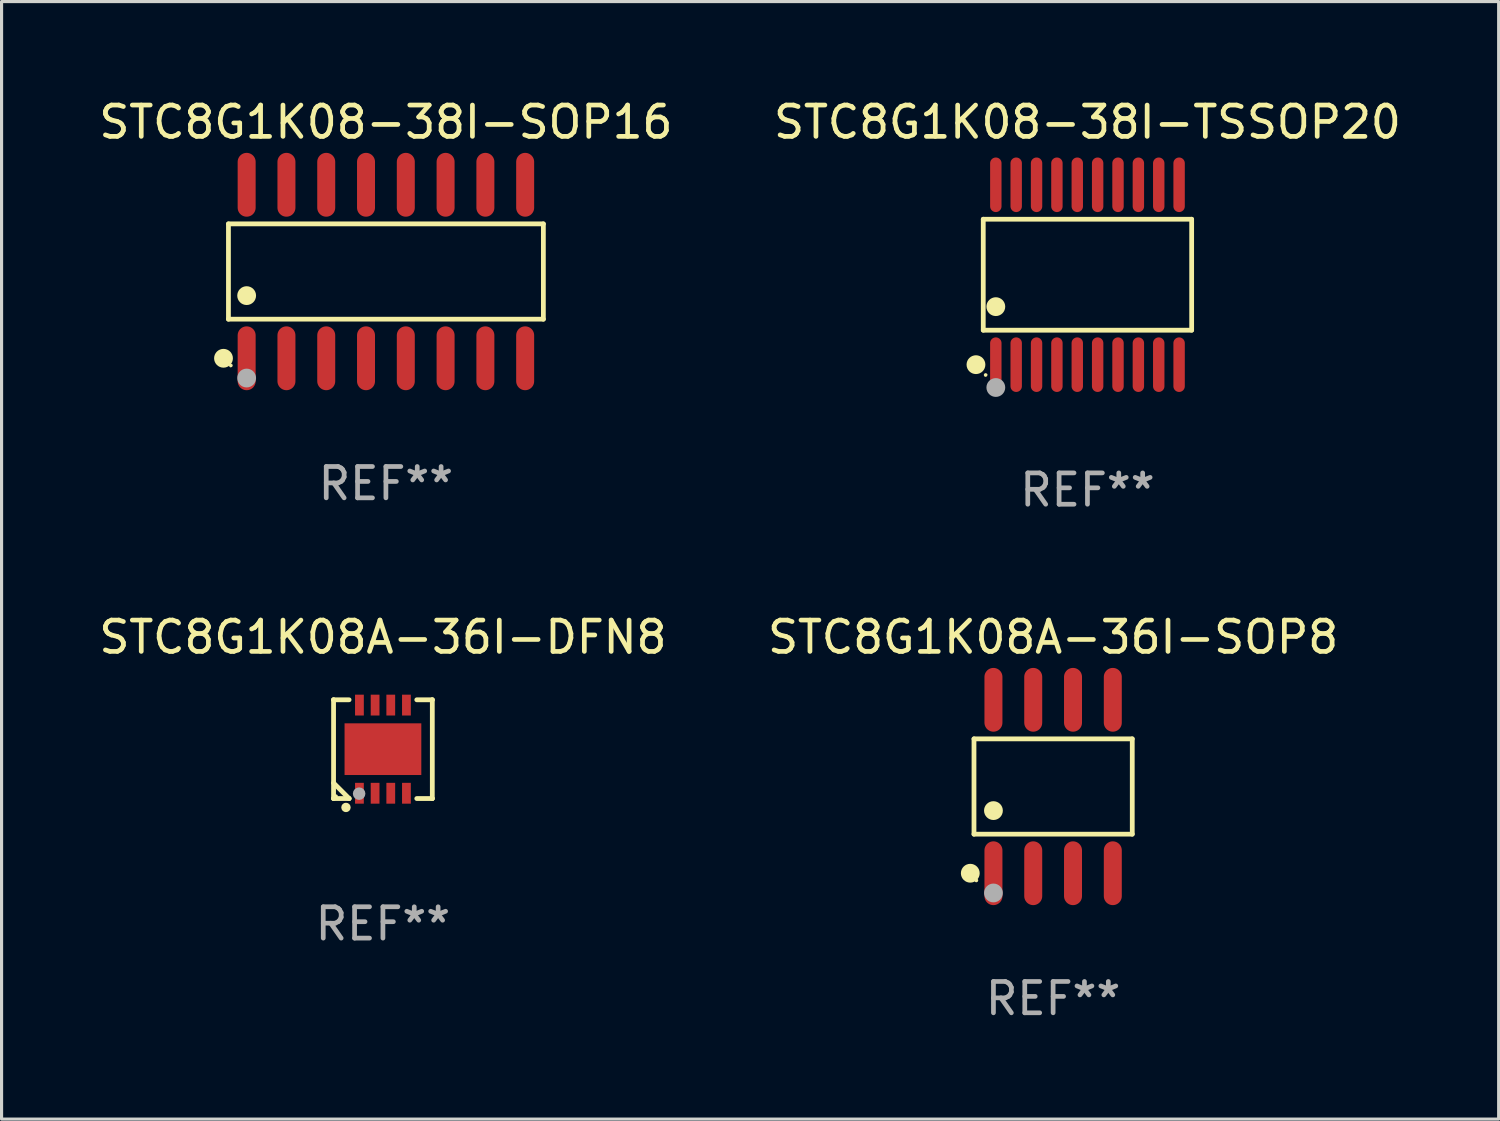
<source format=kicad_pcb>
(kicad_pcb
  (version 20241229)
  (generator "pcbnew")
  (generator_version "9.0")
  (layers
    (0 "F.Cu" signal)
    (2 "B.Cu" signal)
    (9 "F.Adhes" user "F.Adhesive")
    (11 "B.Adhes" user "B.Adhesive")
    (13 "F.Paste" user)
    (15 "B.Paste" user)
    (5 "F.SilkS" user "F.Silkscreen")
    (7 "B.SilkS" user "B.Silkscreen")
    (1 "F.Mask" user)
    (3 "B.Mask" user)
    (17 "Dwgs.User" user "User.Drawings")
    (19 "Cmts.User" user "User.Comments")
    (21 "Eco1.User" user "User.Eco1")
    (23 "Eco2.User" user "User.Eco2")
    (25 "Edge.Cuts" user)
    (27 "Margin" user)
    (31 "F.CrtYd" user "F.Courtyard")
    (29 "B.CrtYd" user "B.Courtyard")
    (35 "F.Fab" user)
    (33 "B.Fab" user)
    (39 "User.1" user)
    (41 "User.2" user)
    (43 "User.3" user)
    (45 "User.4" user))
  (footprint "STC8G1K08-38I-TSSOP20"
    (layer "F.Cu")
    (at 31.661 5.719)
    (property "Reference" "STC8G1K08-38I-TSSOP20" (at 0 -4.871 0) (layer "F.SilkS") (effects (font (size 1 1) (thickness 0.15))))
    (attr through_hole)
    (fp_line (start -3.326 -1.771) (end 3.326 -1.771) (stroke (width 0.152) (type solid)) (layer "F.SilkS"))
    (fp_line (start -3.326 1.771) (end -3.326 -1.771) (stroke (width 0.152) (type solid)) (layer "F.SilkS"))
    (fp_line (start 3.326 -1.771) (end 3.326 1.771) (stroke (width 0.152) (type solid)) (layer "F.SilkS"))
    (fp_line (start 3.326 1.771) (end -3.326 1.771) (stroke (width 0.152) (type solid)) (layer "F.SilkS"))
    (fp_circle (center -3.559 2.871) (end -3.409 2.871) (stroke (width 0.3) (type solid)) (fill no) (layer "F.SilkS"))
    (fp_circle (center -3.25 3.2) (end -3.22 3.2) (stroke (width 0.06) (type solid)) (fill no) (layer "F.SilkS"))
    (fp_circle (center -2.925 1.019) (end -2.775 1.019) (stroke (width 0.3) (type solid)) (fill no) (layer "F.SilkS"))
    (fp_circle (center -2.925 3.6) (end -2.775 3.6) (stroke (width 0.3) (type solid)) (fill no) (layer "F.Fab"))
    (fp_text user "REF**" (at 0 6.871 0) (layer "F.Fab") (effects (font (size 1 1) (thickness 0.15))))
    (pad "1" smd oval (at -2.925 2.871) (size 0.364 1.742) (layers "F.Cu" "F.Mask" "F.Paste"))
    (pad "2" smd oval (at -2.275 2.871) (size 0.364 1.742) (layers "F.Cu" "F.Mask" "F.Paste"))
    (pad "3" smd oval (at -1.625 2.871) (size 0.364 1.742) (layers "F.Cu" "F.Mask" "F.Paste"))
    (pad "4" smd oval (at -0.975 2.871) (size 0.364 1.742) (layers "F.Cu" "F.Mask" "F.Paste"))
    (pad "5" smd oval (at -0.325 2.871) (size 0.364 1.742) (layers "F.Cu" "F.Mask" "F.Paste"))
    (pad "6" smd oval (at 0.325 2.871) (size 0.364 1.742) (layers "F.Cu" "F.Mask" "F.Paste"))
    (pad "7" smd oval (at 0.975 2.871) (size 0.364 1.742) (layers "F.Cu" "F.Mask" "F.Paste"))
    (pad "8" smd oval (at 1.625 2.871) (size 0.364 1.742) (layers "F.Cu" "F.Mask" "F.Paste"))
    (pad "9" smd oval (at 2.275 2.871) (size 0.364 1.742) (layers "F.Cu" "F.Mask" "F.Paste"))
    (pad "10" smd oval (at 2.925 2.871) (size 0.364 1.742) (layers "F.Cu" "F.Mask" "F.Paste"))
    (pad "11" smd oval (at 2.925 -2.871) (size 0.364 1.742) (layers "F.Cu" "F.Mask" "F.Paste"))
    (pad "12" smd oval (at 2.275 -2.871) (size 0.364 1.742) (layers "F.Cu" "F.Mask" "F.Paste"))
    (pad "13" smd oval (at 1.625 -2.871) (size 0.364 1.742) (layers "F.Cu" "F.Mask" "F.Paste"))
    (pad "14" smd oval (at 0.975 -2.871) (size 0.364 1.742) (layers "F.Cu" "F.Mask" "F.Paste"))
    (pad "15" smd oval (at 0.325 -2.871) (size 0.364 1.742) (layers "F.Cu" "F.Mask" "F.Paste"))
    (pad "16" smd oval (at -0.325 -2.871) (size 0.364 1.742) (layers "F.Cu" "F.Mask" "F.Paste"))
    (pad "17" smd oval (at -0.975 -2.871) (size 0.364 1.742) (layers "F.Cu" "F.Mask" "F.Paste"))
    (pad "18" smd oval (at -1.625 -2.871) (size 0.364 1.742) (layers "F.Cu" "F.Mask" "F.Paste"))
    (pad "19" smd oval (at -2.275 -2.871) (size 0.364 1.742) (layers "F.Cu" "F.Mask" "F.Paste"))
    (pad "20" smd oval (at -2.925 -2.871) (size 0.364 1.742) (layers "F.Cu" "F.Mask" "F.Paste")))
  (footprint "STC8G1K08A-36I-DFN8"
    (layer "F.Cu")
    (at 9.173 20.863)
    (property "Reference" "STC8G1K08A-36I-DFN8" (at 0 -3.576 0) (layer "F.SilkS") (effects (font (size 1 1) (thickness 0.15))))
    (attr through_hole)
    (fp_line (start -1.576 -1.576) (end -1.576 -1.576) (stroke (width 0.152) (type solid)) (layer "F.SilkS"))
    (fp_line (start -1.576 -1.576) (end -1.08 -1.576) (stroke (width 0.152) (type solid)) (layer "F.SilkS"))
    (fp_line (start -1.576 1.576) (end -1.576 -1.576) (stroke (width 0.152) (type solid)) (layer "F.SilkS"))
    (fp_line (start -1.576 1.576) (end -1.576 1.576) (stroke (width 0.152) (type solid)) (layer "F.SilkS"))
    (fp_line (start -1.08 1.575) (end -1.576 1.079) (stroke (width 0.152) (type solid)) (layer "F.SilkS"))
    (fp_line (start -1.08 1.576) (end -1.576 1.576) (stroke (width 0.152) (type solid)) (layer "F.SilkS"))
    (fp_line (start -1.08 1.576) (end -1.08 1.575) (stroke (width 0.152) (type solid)) (layer "F.SilkS"))
    (fp_line (start 1.08 1.576) (end 1.576 1.576) (stroke (width 0.152) (type solid)) (layer "F.SilkS"))
    (fp_line (start 1.576 -1.576) (end 1.08 -1.576) (stroke (width 0.152) (type solid)) (layer "F.SilkS"))
    (fp_line (start 1.576 -1.576) (end 1.576 -1.576) (stroke (width 0.152) (type solid)) (layer "F.SilkS"))
    (fp_line (start 1.576 1.576) (end 1.576 -1.576) (stroke (width 0.152) (type solid)) (layer "F.SilkS"))
    (fp_line (start 1.576 1.576) (end 1.576 1.576) (stroke (width 0.152) (type solid)) (layer "F.SilkS"))
    (fp_circle (center -1.5 1.5) (end -1.47 1.5) (stroke (width 0.06) (type solid)) (fill no) (layer "F.SilkS"))
    (fp_circle (center -1.18 1.86) (end -1.105 1.86) (stroke (width 0.15) (type solid)) (fill no) (layer "F.SilkS"))
    (fp_circle (center -0.76 1.42) (end -0.66 1.42) (stroke (width 0.2) (type solid)) (fill no) (layer "F.Fab"))
    (fp_text user "REF**" (at 0 5.576 0) (layer "F.Fab") (effects (font (size 1 1) (thickness 0.15))))
    (pad "1" smd rect (at -0.75 1.407) (size 0.28 0.665) (layers "F.Cu" "F.Mask" "F.Paste"))
    (pad "2" smd rect (at -0.25 1.407) (size 0.28 0.665) (layers "F.Cu" "F.Mask" "F.Paste"))
    (pad "3" smd rect (at 0.25 1.407) (size 0.28 0.665) (layers "F.Cu" "F.Mask" "F.Paste"))
    (pad "4" smd rect (at 0.75 1.407) (size 0.28 0.665) (layers "F.Cu" "F.Mask" "F.Paste"))
    (pad "5" smd rect (at 0.75 -1.407) (size 0.28 0.665) (layers "F.Cu" "F.Mask" "F.Paste"))
    (pad "6" smd rect (at 0.25 -1.407) (size 0.28 0.665) (layers "F.Cu" "F.Mask" "F.Paste"))
    (pad "7" smd rect (at -0.25 -1.407) (size 0.28 0.665) (layers "F.Cu" "F.Mask" "F.Paste"))
    (pad "8" smd rect (at -0.75 -1.407) (size 0.28 0.665) (layers "F.Cu" "F.Mask" "F.Paste"))
    (pad "9" smd rect (at 0 0) (size 2.45 1.65) (layers "F.Cu" "F.Mask" "F.Paste")))
  (footprint "STC8G1K08-38I-SOP16"
    (layer "F.Cu")
    (at 9.268 5.617)
    (property "Reference" "STC8G1K08-38I-SOP16" (at 0 -4.769 0) (layer "F.SilkS") (effects (font (size 1 1) (thickness 0.15))))
    (attr through_hole)
    (fp_line (start -5.026 -1.521) (end 5.026 -1.521) (stroke (width 0.152) (type solid)) (layer "F.SilkS"))
    (fp_line (start -5.026 1.521) (end -5.026 -1.521) (stroke (width 0.152) (type solid)) (layer "F.SilkS"))
    (fp_line (start 5.026 -1.521) (end 5.026 1.521) (stroke (width 0.152) (type solid)) (layer "F.SilkS"))
    (fp_line (start 5.026 1.521) (end -5.026 1.521) (stroke (width 0.152) (type solid)) (layer "F.SilkS"))
    (fp_circle (center -5.184 2.769) (end -5.034 2.769) (stroke (width 0.3) (type solid)) (fill no) (layer "F.SilkS"))
    (fp_circle (center -4.95 3) (end -4.92 3) (stroke (width 0.06) (type solid)) (fill no) (layer "F.SilkS"))
    (fp_circle (center -4.445 0.769) (end -4.295 0.769) (stroke (width 0.3) (type solid)) (fill no) (layer "F.SilkS"))
    (fp_circle (center -4.445 3.4) (end -4.295 3.4) (stroke (width 0.3) (type solid)) (fill no) (layer "F.Fab"))
    (fp_text user "REF**" (at 0 6.769 0) (layer "F.Fab") (effects (font (size 1 1) (thickness 0.15))))
    (pad "1" smd oval (at -4.445 2.769) (size 0.574 2.038) (layers "F.Cu" "F.Mask" "F.Paste"))
    (pad "2" smd oval (at -3.175 2.769) (size 0.574 2.038) (layers "F.Cu" "F.Mask" "F.Paste"))
    (pad "3" smd oval (at -1.905 2.769) (size 0.574 2.038) (layers "F.Cu" "F.Mask" "F.Paste"))
    (pad "4" smd oval (at -0.635 2.769) (size 0.574 2.038) (layers "F.Cu" "F.Mask" "F.Paste"))
    (pad "5" smd oval (at 0.635 2.769) (size 0.574 2.038) (layers "F.Cu" "F.Mask" "F.Paste"))
    (pad "6" smd oval (at 1.905 2.769) (size 0.574 2.038) (layers "F.Cu" "F.Mask" "F.Paste"))
    (pad "7" smd oval (at 3.175 2.769) (size 0.574 2.038) (layers "F.Cu" "F.Mask" "F.Paste"))
    (pad "8" smd oval (at 4.445 2.769) (size 0.574 2.038) (layers "F.Cu" "F.Mask" "F.Paste"))
    (pad "9" smd oval (at 4.445 -2.769) (size 0.574 2.038) (layers "F.Cu" "F.Mask" "F.Paste"))
    (pad "10" smd oval (at 3.175 -2.769) (size 0.574 2.038) (layers "F.Cu" "F.Mask" "F.Paste"))
    (pad "11" smd oval (at 1.905 -2.769) (size 0.574 2.038) (layers "F.Cu" "F.Mask" "F.Paste"))
    (pad "12" smd oval (at 0.635 -2.769) (size 0.574 2.038) (layers "F.Cu" "F.Mask" "F.Paste"))
    (pad "13" smd oval (at -0.635 -2.769) (size 0.574 2.038) (layers "F.Cu" "F.Mask" "F.Paste"))
    (pad "14" smd oval (at -1.905 -2.769) (size 0.574 2.038) (layers "F.Cu" "F.Mask" "F.Paste"))
    (pad "15" smd oval (at -3.175 -2.769) (size 0.574 2.038) (layers "F.Cu" "F.Mask" "F.Paste"))
    (pad "16" smd oval (at -4.445 -2.769) (size 0.574 2.038) (layers "F.Cu" "F.Mask" "F.Paste")))
  (footprint "STC8G1K08A-36I-SOP8"
    (layer "F.Cu")
    (at 30.565 22.055)
    (property "Reference" "STC8G1K08A-36I-SOP8" (at 0 -4.768 0) (layer "F.SilkS") (effects (font (size 1 1) (thickness 0.15))))
    (attr through_hole)
    (fp_line (start -2.526 -1.521) (end 2.526 -1.521) (stroke (width 0.152) (type solid)) (layer "F.SilkS"))
    (fp_line (start -2.526 1.521) (end -2.526 -1.521) (stroke (width 0.152) (type solid)) (layer "F.SilkS"))
    (fp_line (start 2.526 -1.521) (end 2.526 1.521) (stroke (width 0.152) (type solid)) (layer "F.SilkS"))
    (fp_line (start 2.526 1.521) (end -2.526 1.521) (stroke (width 0.152) (type solid)) (layer "F.SilkS"))
    (fp_circle (center -2.644 2.768) (end -2.494 2.768) (stroke (width 0.3) (type solid)) (fill no) (layer "F.SilkS"))
    (fp_circle (center -2.45 2.998) (end -2.42 2.998) (stroke (width 0.06) (type solid)) (fill no) (layer "F.SilkS"))
    (fp_circle (center -1.905 0.769) (end -1.755 0.769) (stroke (width 0.3) (type solid)) (fill no) (layer "F.SilkS"))
    (fp_circle (center -1.905 3.398) (end -1.755 3.398) (stroke (width 0.3) (type solid)) (fill no) (layer "F.Fab"))
    (fp_text user "REF**" (at 0 6.768 0) (layer "F.Fab") (effects (font (size 1 1) (thickness 0.15))))
    (pad "1" smd oval (at -1.905 2.768) (size 0.574 2.036) (layers "F.Cu" "F.Mask" "F.Paste"))
    (pad "2" smd oval (at -0.635 2.768) (size 0.574 2.036) (layers "F.Cu" "F.Mask" "F.Paste"))
    (pad "3" smd oval (at 0.635 2.768) (size 0.574 2.036) (layers "F.Cu" "F.Mask" "F.Paste"))
    (pad "4" smd oval (at 1.905 2.768) (size 0.574 2.036) (layers "F.Cu" "F.Mask" "F.Paste"))
    (pad "5" smd oval (at 1.905 -2.768) (size 0.574 2.036) (layers "F.Cu" "F.Mask" "F.Paste"))
    (pad "6" smd oval (at 0.635 -2.768) (size 0.574 2.036) (layers "F.Cu" "F.Mask" "F.Paste"))
    (pad "7" smd oval (at -0.635 -2.768) (size 0.574 2.036) (layers "F.Cu" "F.Mask" "F.Paste"))
    (pad "8" smd oval (at -1.905 -2.768) (size 0.574 2.036) (layers "F.Cu" "F.Mask" "F.Paste")))
  (gr_rect
    (start -3 -3)
    (end 44.786 32.671)
    (stroke (width 0.1) (type default))
    (fill no)
    (layer "Edge.Cuts")))
</source>
